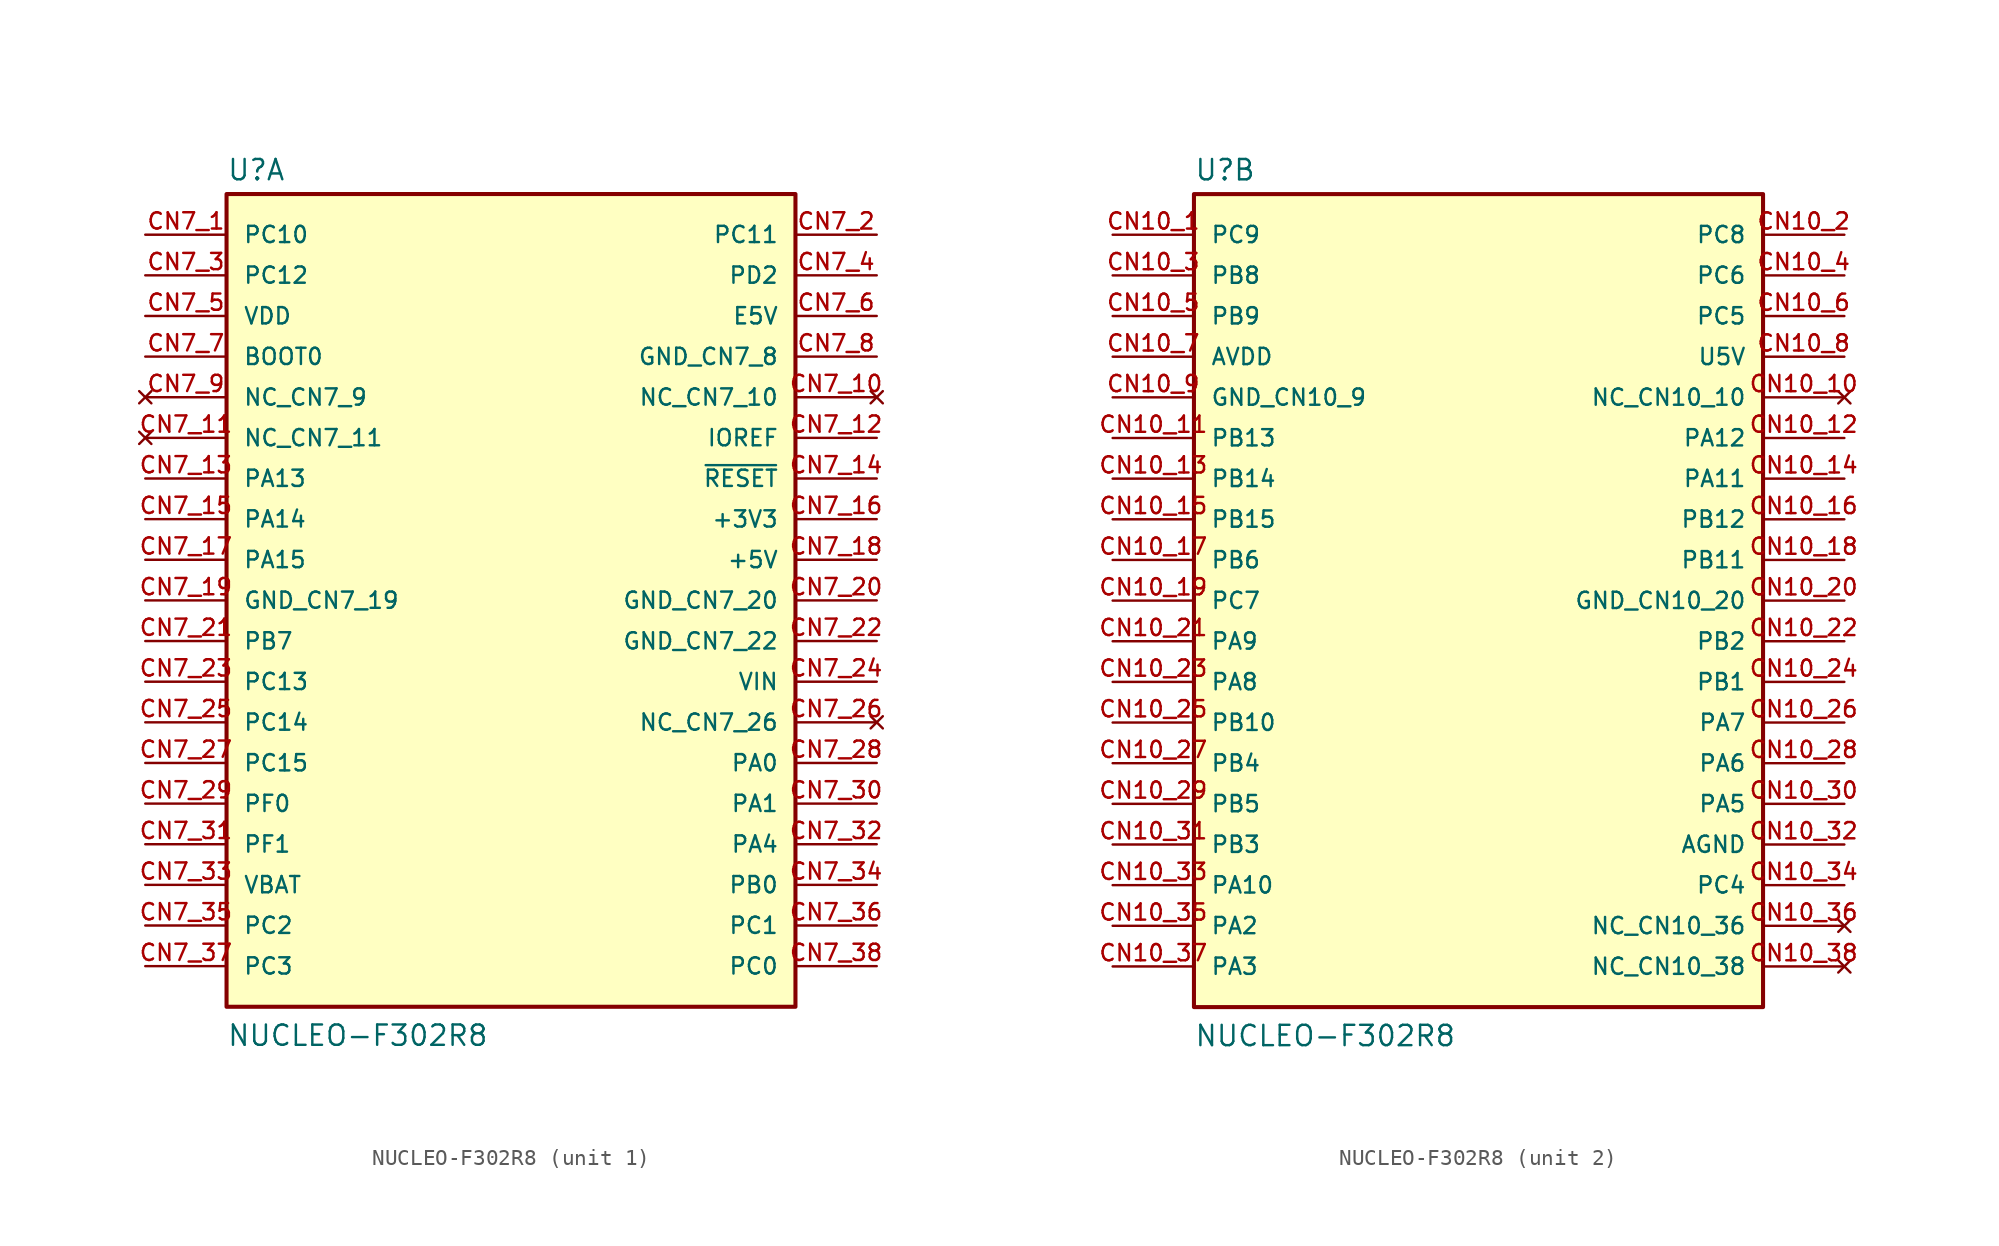
<source format=kicad_sym>
(kicad_symbol_lib
  (version 20211014)
  (generator kicad_symbol_editor)
  (symbol "NUCLEO-F302R8"
    (pin_names
      (offset 1.016))
    (property "Reference" "U"
      (at -17.78 26.162 0)
      (effects (font (size 1.27 1.27)) (justify bottom left)))
    (property "Value" "NUCLEO-F302R8"
      (at -17.78 -27.94 0)
      (effects (font (size 1.27 1.27)) (justify bottom left)))
    (symbol "NUCLEO-F302R8_1_0"
      (rectangle (start -17.78 -25.4) (end 17.78 25.4) (stroke (width 0.254)) (fill (type background)))
      (pin bidirectional line (at -22.86 22.86 0) (length 5.08) (name "PC10" (effects (font (size 1.016 1.016)))) (number "CN7_1" (effects (font (size 1.016 1.016)))))
      (pin bidirectional line (at 22.86 22.86 180.0) (length 5.08) (name "PC11" (effects (font (size 1.016 1.016)))) (number "CN7_2" (effects (font (size 1.016 1.016)))))
      (pin bidirectional line (at -22.86 20.32 0) (length 5.08) (name "PC12" (effects (font (size 1.016 1.016)))) (number "CN7_3" (effects (font (size 1.016 1.016)))))
      (pin bidirectional line (at 22.86 20.32 180.0) (length 5.08) (name "PD2" (effects (font (size 1.016 1.016)))) (number "CN7_4" (effects (font (size 1.016 1.016)))))
      (pin input line (at -22.86 15.24 0) (length 5.08) (name "BOOT0" (effects (font (size 1.016 1.016)))) (number "CN7_7" (effects (font (size 1.016 1.016)))))
      (pin input line (at 22.86 10.16 180.0) (length 5.08) (name "IOREF" (effects (font (size 1.016 1.016)))) (number "CN7_12" (effects (font (size 1.016 1.016)))))
      (pin bidirectional line (at 22.86 7.62 180.0) (length 5.08) (name "~{RESET}" (effects (font (size 1.016 1.016)))) (number "CN7_14" (effects (font (size 1.016 1.016)))))
      (pin bidirectional line (at -22.86 5.08 0) (length 5.08) (name "PA14" (effects (font (size 1.016 1.016)))) (number "CN7_15" (effects (font (size 1.016 1.016)))))
      (pin bidirectional line (at -22.86 2.54 0) (length 5.08) (name "PA15" (effects (font (size 1.016 1.016)))) (number "CN7_17" (effects (font (size 1.016 1.016)))))
      (pin bidirectional line (at -22.86 -2.54 0) (length 5.08) (name "PB7" (effects (font (size 1.016 1.016)))) (number "CN7_21" (effects (font (size 1.016 1.016)))))
      (pin bidirectional line (at -22.86 -5.08 0) (length 5.08) (name "PC13" (effects (font (size 1.016 1.016)))) (number "CN7_23" (effects (font (size 1.016 1.016)))))
      (pin bidirectional line (at -22.86 -7.62 0) (length 5.08) (name "PC14" (effects (font (size 1.016 1.016)))) (number "CN7_25" (effects (font (size 1.016 1.016)))))
      (pin bidirectional line (at -22.86 -10.16 0) (length 5.08) (name "PC15" (effects (font (size 1.016 1.016)))) (number "CN7_27" (effects (font (size 1.016 1.016)))))
      (pin bidirectional line (at 22.86 -10.16 180.0) (length 5.08) (name "PA0" (effects (font (size 1.016 1.016)))) (number "CN7_28" (effects (font (size 1.016 1.016)))))
      (pin bidirectional line (at -22.86 -12.7 0) (length 5.08) (name "PF0" (effects (font (size 1.016 1.016)))) (number "CN7_29" (effects (font (size 1.016 1.016)))))
      (pin bidirectional line (at 22.86 -12.7 180.0) (length 5.08) (name "PA1" (effects (font (size 1.016 1.016)))) (number "CN7_30" (effects (font (size 1.016 1.016)))))
      (pin bidirectional line (at -22.86 -15.24 0) (length 5.08) (name "PF1" (effects (font (size 1.016 1.016)))) (number "CN7_31" (effects (font (size 1.016 1.016)))))
      (pin bidirectional line (at 22.86 -15.24 180.0) (length 5.08) (name "PA4" (effects (font (size 1.016 1.016)))) (number "CN7_32" (effects (font (size 1.016 1.016)))))
      (pin bidirectional line (at 22.86 -17.78 180.0) (length 5.08) (name "PB0" (effects (font (size 1.016 1.016)))) (number "CN7_34" (effects (font (size 1.016 1.016)))))
      (pin bidirectional line (at -22.86 -20.32 0) (length 5.08) (name "PC2" (effects (font (size 1.016 1.016)))) (number "CN7_35" (effects (font (size 1.016 1.016)))))
      (pin bidirectional line (at 22.86 -20.32 180.0) (length 5.08) (name "PC1" (effects (font (size 1.016 1.016)))) (number "CN7_36" (effects (font (size 1.016 1.016)))))
      (pin bidirectional line (at -22.86 -22.86 0) (length 5.08) (name "PC3" (effects (font (size 1.016 1.016)))) (number "CN7_37" (effects (font (size 1.016 1.016)))))
      (pin bidirectional line (at 22.86 -22.86 180.0) (length 5.08) (name "PC0" (effects (font (size 1.016 1.016)))) (number "CN7_38" (effects (font (size 1.016 1.016)))))
      (pin bidirectional line (at -22.86 7.62 0) (length 5.08) (name "PA13" (effects (font (size 1.016 1.016)))) (number "CN7_13" (effects (font (size 1.016 1.016)))))
      (pin power_in line (at -22.86 17.78 0) (length 5.08) (name "VDD" (effects (font (size 1.016 1.016)))) (number "CN7_5" (effects (font (size 1.016 1.016)))))
      (pin power_in line (at 22.86 17.78 180.0) (length 5.08) (name "E5V" (effects (font (size 1.016 1.016)))) (number "CN7_6" (effects (font (size 1.016 1.016)))))
      (pin power_in line (at -22.86 0.0 0) (length 5.08) (name "GND_CN7_19" (effects (font (size 1.016 1.016)))) (number "CN7_19" (effects (font (size 1.016 1.016)))))
      (pin no_connect line (at -22.86 12.7 0) (length 5.08) (name "NC_CN7_9" (effects (font (size 1.016 1.016)))) (number "CN7_9" (effects (font (size 1.016 1.016)))))
      (pin power_in line (at 22.86 5.08 180.0) (length 5.08) (name "+3V3" (effects (font (size 1.016 1.016)))) (number "CN7_16" (effects (font (size 1.016 1.016)))))
      (pin power_in line (at 22.86 2.54 180.0) (length 5.08) (name "+5V" (effects (font (size 1.016 1.016)))) (number "CN7_18" (effects (font (size 1.016 1.016)))))
      (pin power_in line (at 22.86 -5.08 180.0) (length 5.08) (name "VIN" (effects (font (size 1.016 1.016)))) (number "CN7_24" (effects (font (size 1.016 1.016)))))
      (pin power_in line (at -22.86 -17.78 0) (length 5.08) (name "VBAT" (effects (font (size 1.016 1.016)))) (number "CN7_33" (effects (font (size 1.016 1.016)))))
      (pin no_connect line (at -22.86 10.16 0) (length 5.08) (name "NC_CN7_11" (effects (font (size 1.016 1.016)))) (number "CN7_11" (effects (font (size 1.016 1.016)))))
      (pin power_in line (at 22.86 15.24 180.0) (length 5.08) (name "GND_CN7_8" (effects (font (size 1.016 1.016)))) (number "CN7_8" (effects (font (size 1.016 1.016)))))
      (pin no_connect line (at 22.86 12.7 180.0) (length 5.08) (name "NC_CN7_10" (effects (font (size 1.016 1.016)))) (number "CN7_10" (effects (font (size 1.016 1.016)))))
      (pin power_in line (at 22.86 0.0 180.0) (length 5.08) (name "GND_CN7_20" (effects (font (size 1.016 1.016)))) (number "CN7_20" (effects (font (size 1.016 1.016)))))
      (pin power_in line (at 22.86 -2.54 180.0) (length 5.08) (name "GND_CN7_22" (effects (font (size 1.016 1.016)))) (number "CN7_22" (effects (font (size 1.016 1.016)))))
      (pin no_connect line (at 22.86 -7.62 180.0) (length 5.08) (name "NC_CN7_26" (effects (font (size 1.016 1.016)))) (number "CN7_26" (effects (font (size 1.016 1.016))))))
    (symbol "NUCLEO-F302R8_2_0"
      (rectangle (start -17.78 -25.4) (end 17.78 25.4) (stroke (width 0.254)) (fill (type background)))
      (pin bidirectional line (at -22.86 22.86 0) (length 5.08) (name "PC9" (effects (font (size 1.016 1.016)))) (number "CN10_1" (effects (font (size 1.016 1.016)))))
      (pin bidirectional line (at 22.86 22.86 180.0) (length 5.08) (name "PC8" (effects (font (size 1.016 1.016)))) (number "CN10_2" (effects (font (size 1.016 1.016)))))
      (pin bidirectional line (at -22.86 20.32 0) (length 5.08) (name "PB8" (effects (font (size 1.016 1.016)))) (number "CN10_3" (effects (font (size 1.016 1.016)))))
      (pin bidirectional line (at 22.86 20.32 180.0) (length 5.08) (name "PC6" (effects (font (size 1.016 1.016)))) (number "CN10_4" (effects (font (size 1.016 1.016)))))
      (pin bidirectional line (at -22.86 17.78 0) (length 5.08) (name "PB9" (effects (font (size 1.016 1.016)))) (number "CN10_5" (effects (font (size 1.016 1.016)))))
      (pin bidirectional line (at 22.86 17.78 180.0) (length 5.08) (name "PC5" (effects (font (size 1.016 1.016)))) (number "CN10_6" (effects (font (size 1.016 1.016)))))
      (pin bidirectional line (at -22.86 10.16 0) (length 5.08) (name "PB13" (effects (font (size 1.016 1.016)))) (number "CN10_11" (effects (font (size 1.016 1.016)))))
      (pin bidirectional line (at 22.86 10.16 180.0) (length 5.08) (name "PA12" (effects (font (size 1.016 1.016)))) (number "CN10_12" (effects (font (size 1.016 1.016)))))
      (pin bidirectional line (at -22.86 7.62 0) (length 5.08) (name "PB14" (effects (font (size 1.016 1.016)))) (number "CN10_13" (effects (font (size 1.016 1.016)))))
      (pin bidirectional line (at 22.86 7.62 180.0) (length 5.08) (name "PA11" (effects (font (size 1.016 1.016)))) (number "CN10_14" (effects (font (size 1.016 1.016)))))
      (pin bidirectional line (at -22.86 5.08 0) (length 5.08) (name "PB15" (effects (font (size 1.016 1.016)))) (number "CN10_15" (effects (font (size 1.016 1.016)))))
      (pin bidirectional line (at 22.86 5.08 180.0) (length 5.08) (name "PB12" (effects (font (size 1.016 1.016)))) (number "CN10_16" (effects (font (size 1.016 1.016)))))
      (pin bidirectional line (at -22.86 2.54 0) (length 5.08) (name "PB6" (effects (font (size 1.016 1.016)))) (number "CN10_17" (effects (font (size 1.016 1.016)))))
      (pin bidirectional line (at 22.86 2.54 180.0) (length 5.08) (name "PB11" (effects (font (size 1.016 1.016)))) (number "CN10_18" (effects (font (size 1.016 1.016)))))
      (pin bidirectional line (at -22.86 0.0 0) (length 5.08) (name "PC7" (effects (font (size 1.016 1.016)))) (number "CN10_19" (effects (font (size 1.016 1.016)))))
      (pin bidirectional line (at -22.86 -2.54 0) (length 5.08) (name "PA9" (effects (font (size 1.016 1.016)))) (number "CN10_21" (effects (font (size 1.016 1.016)))))
      (pin bidirectional line (at 22.86 -2.54 180.0) (length 5.08) (name "PB2" (effects (font (size 1.016 1.016)))) (number "CN10_22" (effects (font (size 1.016 1.016)))))
      (pin bidirectional line (at -22.86 -5.08 0) (length 5.08) (name "PA8" (effects (font (size 1.016 1.016)))) (number "CN10_23" (effects (font (size 1.016 1.016)))))
      (pin bidirectional line (at 22.86 -5.08 180.0) (length 5.08) (name "PB1" (effects (font (size 1.016 1.016)))) (number "CN10_24" (effects (font (size 1.016 1.016)))))
      (pin bidirectional line (at -22.86 -7.62 0) (length 5.08) (name "PB10" (effects (font (size 1.016 1.016)))) (number "CN10_25" (effects (font (size 1.016 1.016)))))
      (pin bidirectional line (at 22.86 -7.62 180.0) (length 5.08) (name "PA7" (effects (font (size 1.016 1.016)))) (number "CN10_26" (effects (font (size 1.016 1.016)))))
      (pin bidirectional line (at -22.86 -10.16 0) (length 5.08) (name "PB4" (effects (font (size 1.016 1.016)))) (number "CN10_27" (effects (font (size 1.016 1.016)))))
      (pin bidirectional line (at 22.86 -10.16 180.0) (length 5.08) (name "PA6" (effects (font (size 1.016 1.016)))) (number "CN10_28" (effects (font (size 1.016 1.016)))))
      (pin bidirectional line (at -22.86 -12.7 0) (length 5.08) (name "PB5" (effects (font (size 1.016 1.016)))) (number "CN10_29" (effects (font (size 1.016 1.016)))))
      (pin bidirectional line (at 22.86 -12.7 180.0) (length 5.08) (name "PA5" (effects (font (size 1.016 1.016)))) (number "CN10_30" (effects (font (size 1.016 1.016)))))
      (pin bidirectional line (at -22.86 -15.24 0) (length 5.08) (name "PB3" (effects (font (size 1.016 1.016)))) (number "CN10_31" (effects (font (size 1.016 1.016)))))
      (pin bidirectional line (at -22.86 -17.78 0) (length 5.08) (name "PA10" (effects (font (size 1.016 1.016)))) (number "CN10_33" (effects (font (size 1.016 1.016)))))
      (pin bidirectional line (at 22.86 -17.78 180.0) (length 5.08) (name "PC4" (effects (font (size 1.016 1.016)))) (number "CN10_34" (effects (font (size 1.016 1.016)))))
      (pin bidirectional line (at -22.86 -20.32 0) (length 5.08) (name "PA2" (effects (font (size 1.016 1.016)))) (number "CN10_35" (effects (font (size 1.016 1.016)))))
      (pin bidirectional line (at -22.86 -22.86 0) (length 5.08) (name "PA3" (effects (font (size 1.016 1.016)))) (number "CN10_37" (effects (font (size 1.016 1.016)))))
      (pin power_in line (at -22.86 15.24 0) (length 5.08) (name "AVDD" (effects (font (size 1.016 1.016)))) (number "CN10_7" (effects (font (size 1.016 1.016)))))
      (pin power_in line (at 22.86 15.24 180.0) (length 5.08) (name "U5V" (effects (font (size 1.016 1.016)))) (number "CN10_8" (effects (font (size 1.016 1.016)))))
      (pin power_in line (at 22.86 -15.24 180.0) (length 5.08) (name "AGND" (effects (font (size 1.016 1.016)))) (number "CN10_32" (effects (font (size 1.016 1.016)))))
      (pin power_in line (at -22.86 12.7 0) (length 5.08) (name "GND_CN10_9" (effects (font (size 1.016 1.016)))) (number "CN10_9" (effects (font (size 1.016 1.016)))))
      (pin no_connect line (at 22.86 12.7 180.0) (length 5.08) (name "NC_CN10_10" (effects (font (size 1.016 1.016)))) (number "CN10_10" (effects (font (size 1.016 1.016)))))
      (pin power_in line (at 22.86 0.0 180.0) (length 5.08) (name "GND_CN10_20" (effects (font (size 1.016 1.016)))) (number "CN10_20" (effects (font (size 1.016 1.016)))))
      (pin no_connect line (at 22.86 -20.32 180.0) (length 5.08) (name "NC_CN10_36" (effects (font (size 1.016 1.016)))) (number "CN10_36" (effects (font (size 1.016 1.016)))))
      (pin no_connect line (at 22.86 -22.86 180.0) (length 5.08) (name "NC_CN10_38" (effects (font (size 1.016 1.016)))) (number "CN10_38" (effects (font (size 1.016 1.016))))))))
</source>
